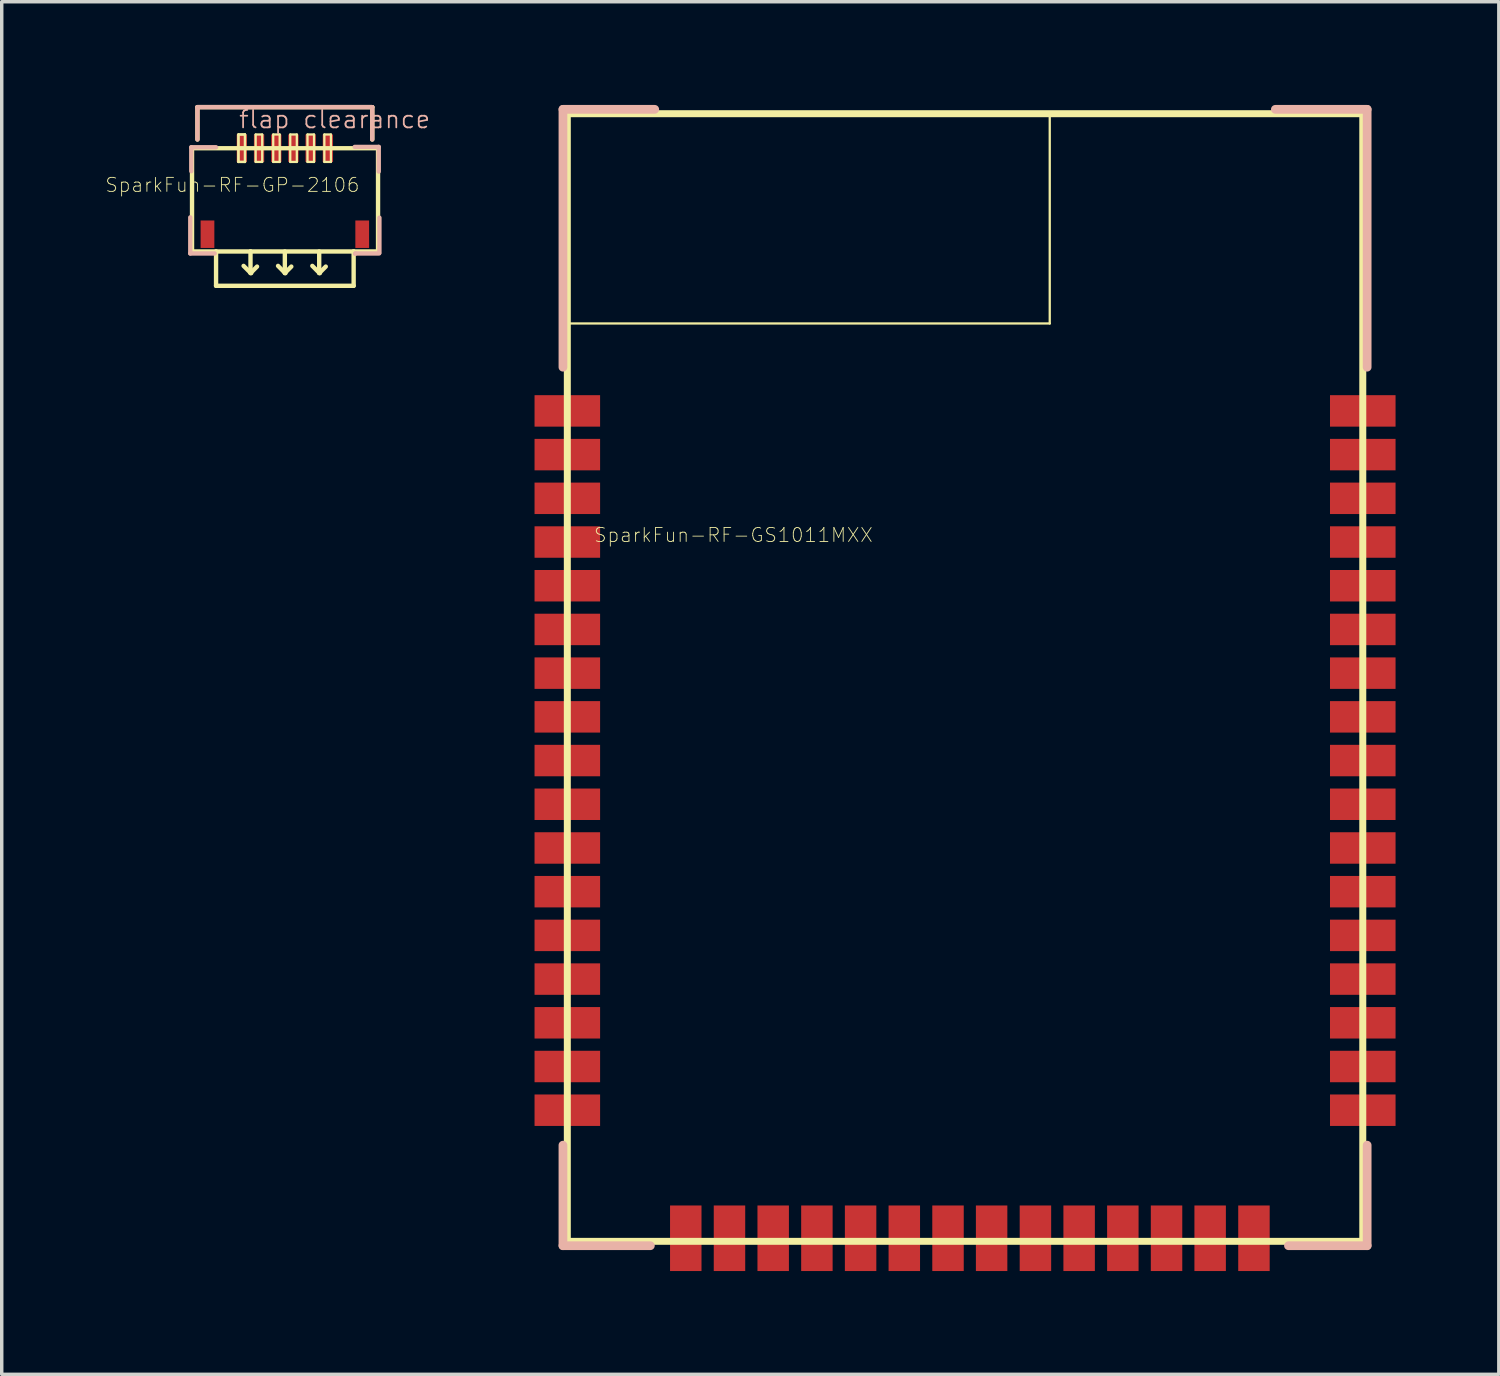
<source format=kicad_pcb>
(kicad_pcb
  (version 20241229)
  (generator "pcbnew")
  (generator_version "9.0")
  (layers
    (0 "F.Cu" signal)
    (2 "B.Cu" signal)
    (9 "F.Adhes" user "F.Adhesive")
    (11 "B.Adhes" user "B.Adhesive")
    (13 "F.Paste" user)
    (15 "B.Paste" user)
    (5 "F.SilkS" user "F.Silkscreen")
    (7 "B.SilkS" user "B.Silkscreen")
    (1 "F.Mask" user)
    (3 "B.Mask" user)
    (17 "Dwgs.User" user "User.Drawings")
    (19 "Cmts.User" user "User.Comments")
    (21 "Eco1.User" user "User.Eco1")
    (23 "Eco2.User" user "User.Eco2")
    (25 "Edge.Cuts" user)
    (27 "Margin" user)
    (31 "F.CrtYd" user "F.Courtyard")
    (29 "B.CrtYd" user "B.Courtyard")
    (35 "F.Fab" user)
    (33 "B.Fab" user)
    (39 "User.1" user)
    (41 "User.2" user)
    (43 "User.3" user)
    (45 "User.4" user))
  (footprint "SparkFun-RF-GS1011MXX"
    (layer "F.Cu")
    (at 24.865 16.51)
    (property "Reference" "SparkFun-RF-GS1011MXX" (at -6.604 -4.013 0) (layer "F.SilkS") (effects (font (size 0.406 0.406) (thickness 0.025))))
    (attr smd)
    (fp_line (start -11.43 -16.256) (end 11.684 -16.256) (stroke (width 0.203) (type solid)) (layer "F.SilkS"))
    (fp_line (start -11.43 -16.231) (end 2.588 -16.231) (stroke (width 0.066) (type solid)) (layer "F.SilkS"))
    (fp_line (start -11.43 -10.16) (end -11.43 -16.231) (stroke (width 0.066) (type solid)) (layer "F.SilkS"))
    (fp_line (start -11.43 -10.16) (end 2.588 -10.16) (stroke (width 0.066) (type solid)) (layer "F.SilkS"))
    (fp_line (start -11.43 16.51) (end -11.43 -16.256) (stroke (width 0.203) (type solid)) (layer "F.SilkS"))
    (fp_line (start 2.588 -10.16) (end 2.588 -16.231) (stroke (width 0.066) (type solid)) (layer "F.SilkS"))
    (fp_line (start 11.684 -16.256) (end 11.684 16.51) (stroke (width 0.203) (type solid)) (layer "F.SilkS"))
    (fp_line (start 11.684 16.51) (end -11.43 16.51) (stroke (width 0.203) (type solid)) (layer "F.SilkS"))
    (fp_line (start -11.557 -16.383) (end -11.557 -8.89) (stroke (width 0.254) (type solid)) (layer "B.SilkS"))
    (fp_line (start -11.557 13.716) (end -11.557 16.637) (stroke (width 0.254) (type solid)) (layer "B.SilkS"))
    (fp_line (start -11.557 16.637) (end -9.017 16.637) (stroke (width 0.254) (type solid)) (layer "B.SilkS"))
    (fp_line (start -8.89 -16.383) (end -11.557 -16.383) (stroke (width 0.254) (type solid)) (layer "B.SilkS"))
    (fp_line (start 11.811 -16.383) (end 9.144 -16.383) (stroke (width 0.254) (type solid)) (layer "B.SilkS"))
    (fp_line (start 11.811 -8.89) (end 11.811 -16.383) (stroke (width 0.254) (type solid)) (layer "B.SilkS"))
    (fp_line (start 11.811 13.716) (end 11.811 16.637) (stroke (width 0.254) (type solid)) (layer "B.SilkS"))
    (fp_line (start 11.811 16.637) (end 9.525 16.637) (stroke (width 0.254) (type solid)) (layer "B.SilkS"))
    (pad "1" smd rect (at -11.43 -7.62 270) (size 0.914 1.905) (layers "F.Cu" "F.Mask" "F.Paste"))
    (pad "2" smd rect (at -11.43 -6.35 270) (size 0.914 1.905) (layers "F.Cu" "F.Mask" "F.Paste"))
    (pad "3" smd rect (at -11.43 -5.08 270) (size 0.914 1.905) (layers "F.Cu" "F.Mask" "F.Paste"))
    (pad "4" smd rect (at -11.43 -3.81 270) (size 0.914 1.905) (layers "F.Cu" "F.Mask" "F.Paste"))
    (pad "5" smd rect (at -11.43 -2.54 270) (size 0.914 1.905) (layers "F.Cu" "F.Mask" "F.Paste"))
    (pad "6" smd rect (at -11.43 -1.27 270) (size 0.914 1.905) (layers "F.Cu" "F.Mask" "F.Paste"))
    (pad "7" smd rect (at -11.43 0 270) (size 0.914 1.905) (layers "F.Cu" "F.Mask" "F.Paste"))
    (pad "8" smd rect (at -11.43 1.27 270) (size 0.914 1.905) (layers "F.Cu" "F.Mask" "F.Paste"))
    (pad "9" smd rect (at -11.43 2.54 270) (size 0.914 1.905) (layers "F.Cu" "F.Mask" "F.Paste"))
    (pad "10" smd rect (at -11.43 3.81 270) (size 0.914 1.905) (layers "F.Cu" "F.Mask" "F.Paste"))
    (pad "11" smd rect (at -11.43 5.08 270) (size 0.914 1.905) (layers "F.Cu" "F.Mask" "F.Paste"))
    (pad "12" smd rect (at -11.43 6.35 270) (size 0.914 1.905) (layers "F.Cu" "F.Mask" "F.Paste"))
    (pad "13" smd rect (at -11.43 7.62 270) (size 0.914 1.905) (layers "F.Cu" "F.Mask" "F.Paste"))
    (pad "14" smd rect (at -11.43 8.89 270) (size 0.914 1.905) (layers "F.Cu" "F.Mask" "F.Paste"))
    (pad "15" smd rect (at -11.43 10.16 270) (size 0.914 1.905) (layers "F.Cu" "F.Mask" "F.Paste"))
    (pad "16" smd rect (at -11.43 11.43 270) (size 0.914 1.905) (layers "F.Cu" "F.Mask" "F.Paste"))
    (pad "17" smd rect (at -11.43 12.7 270) (size 0.914 1.905) (layers "F.Cu" "F.Mask" "F.Paste"))
    (pad "18" smd rect (at -7.988 16.421 180) (size 0.914 1.905) (layers "F.Cu" "F.Mask" "F.Paste"))
    (pad "19" smd rect (at -6.718 16.421 180) (size 0.914 1.905) (layers "F.Cu" "F.Mask" "F.Paste"))
    (pad "20" smd rect (at -5.448 16.421 180) (size 0.914 1.905) (layers "F.Cu" "F.Mask" "F.Paste"))
    (pad "21" smd rect (at -4.178 16.421 180) (size 0.914 1.905) (layers "F.Cu" "F.Mask" "F.Paste"))
    (pad "22" smd rect (at -2.908 16.421 180) (size 0.914 1.905) (layers "F.Cu" "F.Mask" "F.Paste"))
    (pad "23" smd rect (at -1.638 16.421 180) (size 0.914 1.905) (layers "F.Cu" "F.Mask" "F.Paste"))
    (pad "24" smd rect (at -0.368 16.421 180) (size 0.914 1.905) (layers "F.Cu" "F.Mask" "F.Paste"))
    (pad "25" smd rect (at 0.899 16.421 180) (size 0.914 1.905) (layers "F.Cu" "F.Mask" "F.Paste"))
    (pad "26" smd rect (at 2.172 16.421 180) (size 0.914 1.905) (layers "F.Cu" "F.Mask" "F.Paste"))
    (pad "27" smd rect (at 3.442 16.421 180) (size 0.914 1.905) (layers "F.Cu" "F.Mask" "F.Paste"))
    (pad "28" smd rect (at 4.712 16.421 180) (size 0.914 1.905) (layers "F.Cu" "F.Mask" "F.Paste"))
    (pad "29" smd rect (at 5.982 16.421 180) (size 0.914 1.905) (layers "F.Cu" "F.Mask" "F.Paste"))
    (pad "30" smd rect (at 7.249 16.421 180) (size 0.914 1.905) (layers "F.Cu" "F.Mask" "F.Paste"))
    (pad "31" smd rect (at 8.522 16.421 180) (size 0.914 1.905) (layers "F.Cu" "F.Mask" "F.Paste"))
    (pad "32" smd rect (at 11.684 12.7 270) (size 0.914 1.905) (layers "F.Cu" "F.Mask" "F.Paste"))
    (pad "33" smd rect (at 11.684 11.43 270) (size 0.914 1.905) (layers "F.Cu" "F.Mask" "F.Paste"))
    (pad "34" smd rect (at 11.684 10.16 270) (size 0.914 1.905) (layers "F.Cu" "F.Mask" "F.Paste"))
    (pad "35" smd rect (at 11.684 8.89 270) (size 0.914 1.905) (layers "F.Cu" "F.Mask" "F.Paste"))
    (pad "36" smd rect (at 11.684 7.62 270) (size 0.914 1.905) (layers "F.Cu" "F.Mask" "F.Paste"))
    (pad "37" smd rect (at 11.684 6.35 270) (size 0.914 1.905) (layers "F.Cu" "F.Mask" "F.Paste"))
    (pad "38" smd rect (at 11.684 5.08 270) (size 0.914 1.905) (layers "F.Cu" "F.Mask" "F.Paste"))
    (pad "39" smd rect (at 11.684 3.81 270) (size 0.914 1.905) (layers "F.Cu" "F.Mask" "F.Paste"))
    (pad "40" smd rect (at 11.684 2.54 270) (size 0.914 1.905) (layers "F.Cu" "F.Mask" "F.Paste"))
    (pad "41" smd rect (at 11.684 1.27 270) (size 0.914 1.905) (layers "F.Cu" "F.Mask" "F.Paste"))
    (pad "42" smd rect (at 11.684 0 270) (size 0.914 1.905) (layers "F.Cu" "F.Mask" "F.Paste"))
    (pad "43" smd rect (at 11.684 -1.27 270) (size 0.914 1.905) (layers "F.Cu" "F.Mask" "F.Paste"))
    (pad "44" smd rect (at 11.684 -2.54 270) (size 0.914 1.905) (layers "F.Cu" "F.Mask" "F.Paste"))
    (pad "45" smd rect (at 11.684 -3.81 270) (size 0.914 1.905) (layers "F.Cu" "F.Mask" "F.Paste"))
    (pad "46" smd rect (at 11.684 -5.08 270) (size 0.914 1.905) (layers "F.Cu" "F.Mask" "F.Paste"))
    (pad "47" smd rect (at 11.684 -6.35 270) (size 0.914 1.905) (layers "F.Cu" "F.Mask" "F.Paste"))
    (pad "48" smd rect (at 11.684 -7.62 270) (size 0.914 1.905) (layers "F.Cu" "F.Mask" "F.Paste")))
  (footprint "SparkFun-RF-GP-2106"
    (layer "F.Cu")
    (at 5.227 1.257)
    (property "Reference" "SparkFun-RF-GP-2106" (at -1.524 1.067 0) (layer "F.SilkS") (effects (font (size 0.406 0.406) (thickness 0.025))))
    (attr smd)
    (fp_line (start -2.697 0) (end 2.708 0) (stroke (width 0.127) (type solid)) (layer "F.SilkS"))
    (fp_line (start -2.697 3) (end -2.697 0) (stroke (width 0.127) (type solid)) (layer "F.SilkS"))
    (fp_line (start -2.54 -1.194) (end 2.54 -1.194) (stroke (width 0.127) (type solid)) (layer "F.SilkS"))
    (fp_line (start -2.54 -0.254) (end -2.54 -1.194) (stroke (width 0.127) (type solid)) (layer "F.SilkS"))
    (fp_line (start -1.999 3) (end -2.69 3) (stroke (width 0.127) (type solid)) (layer "F.SilkS"))
    (fp_line (start -1.999 3) (end -1.999 3.998) (stroke (width 0.127) (type solid)) (layer "F.SilkS"))
    (fp_line (start -1.999 3.998) (end 1.999 3.998) (stroke (width 0.127) (type solid)) (layer "F.SilkS"))
    (fp_line (start -1.349 -0.399) (end -1.158 -0.399) (stroke (width 0.066) (type solid)) (layer "F.SilkS"))
    (fp_line (start -1.349 -0.399) (end -1.158 -0.399) (stroke (width 0.066) (type solid)) (layer "F.SilkS"))
    (fp_line (start -1.349 0.399) (end -1.349 -0.399) (stroke (width 0.066) (type solid)) (layer "F.SilkS"))
    (fp_line (start -1.349 0.399) (end -1.349 -0.399) (stroke (width 0.066) (type solid)) (layer "F.SilkS"))
    (fp_line (start -1.349 0.399) (end -1.158 0.399) (stroke (width 0.066) (type solid)) (layer "F.SilkS"))
    (fp_line (start -1.349 0.399) (end -1.158 0.399) (stroke (width 0.066) (type solid)) (layer "F.SilkS"))
    (fp_line (start -1.158 0.399) (end -1.158 -0.399) (stroke (width 0.066) (type solid)) (layer "F.SilkS"))
    (fp_line (start -1.158 0.399) (end -1.158 -0.399) (stroke (width 0.066) (type solid)) (layer "F.SilkS"))
    (fp_line (start -0.998 3) (end -1.999 3) (stroke (width 0.127) (type solid)) (layer "F.SilkS"))
    (fp_line (start -0.998 3) (end -0.998 3.619) (stroke (width 0.127) (type solid)) (layer "F.SilkS"))
    (fp_line (start -0.998 3.619) (end -1.199 3.419) (stroke (width 0.127) (type solid)) (layer "F.SilkS"))
    (fp_line (start -0.998 3.63) (end -0.998 3.619) (stroke (width 0.127) (type solid)) (layer "F.SilkS"))
    (fp_line (start -0.978 3.609) (end -0.808 3.439) (stroke (width 0.127) (type solid)) (layer "F.SilkS"))
    (fp_line (start -0.978 3.63) (end -0.978 3.609) (stroke (width 0.127) (type solid)) (layer "F.SilkS"))
    (fp_line (start -0.848 -0.399) (end -0.658 -0.399) (stroke (width 0.066) (type solid)) (layer "F.SilkS"))
    (fp_line (start -0.848 0.399) (end -0.848 -0.399) (stroke (width 0.066) (type solid)) (layer "F.SilkS"))
    (fp_line (start -0.848 0.399) (end -0.658 0.399) (stroke (width 0.066) (type solid)) (layer "F.SilkS"))
    (fp_line (start -0.658 0.399) (end -0.658 -0.399) (stroke (width 0.066) (type solid)) (layer "F.SilkS"))
    (fp_line (start -0.338 -0.399) (end -0.15 -0.399) (stroke (width 0.066) (type solid)) (layer "F.SilkS"))
    (fp_line (start -0.338 0.399) (end -0.338 -0.399) (stroke (width 0.066) (type solid)) (layer "F.SilkS"))
    (fp_line (start -0.338 0.399) (end -0.15 0.399) (stroke (width 0.066) (type solid)) (layer "F.SilkS"))
    (fp_line (start -0.15 0.399) (end -0.15 -0.399) (stroke (width 0.066) (type solid)) (layer "F.SilkS"))
    (fp_line (start 0 3) (end 0 3.619) (stroke (width 0.127) (type solid)) (layer "F.SilkS"))
    (fp_line (start 0 3.619) (end -0.198 3.419) (stroke (width 0.127) (type solid)) (layer "F.SilkS"))
    (fp_line (start 0 3.63) (end 0 3.619) (stroke (width 0.127) (type solid)) (layer "F.SilkS"))
    (fp_line (start 0.018 3.609) (end 0.188 3.439) (stroke (width 0.127) (type solid)) (layer "F.SilkS"))
    (fp_line (start 0.018 3.63) (end 0.018 3.609) (stroke (width 0.127) (type solid)) (layer "F.SilkS"))
    (fp_line (start 0.157 -0.399) (end 0.348 -0.399) (stroke (width 0.066) (type solid)) (layer "F.SilkS"))
    (fp_line (start 0.157 0.399) (end 0.157 -0.399) (stroke (width 0.066) (type solid)) (layer "F.SilkS"))
    (fp_line (start 0.157 0.399) (end 0.348 0.399) (stroke (width 0.066) (type solid)) (layer "F.SilkS"))
    (fp_line (start 0.348 0.399) (end 0.348 -0.399) (stroke (width 0.066) (type solid)) (layer "F.SilkS"))
    (fp_line (start 0.658 -0.399) (end 0.848 -0.399) (stroke (width 0.066) (type solid)) (layer "F.SilkS"))
    (fp_line (start 0.658 0.399) (end 0.658 -0.399) (stroke (width 0.066) (type solid)) (layer "F.SilkS"))
    (fp_line (start 0.658 0.399) (end 0.848 0.399) (stroke (width 0.066) (type solid)) (layer "F.SilkS"))
    (fp_line (start 0.848 0.399) (end 0.848 -0.399) (stroke (width 0.066) (type solid)) (layer "F.SilkS"))
    (fp_line (start 0.998 3) (end 0.998 3.619) (stroke (width 0.127) (type solid)) (layer "F.SilkS"))
    (fp_line (start 0.998 3.619) (end 0.798 3.419) (stroke (width 0.127) (type solid)) (layer "F.SilkS"))
    (fp_line (start 0.998 3.63) (end 0.998 3.619) (stroke (width 0.127) (type solid)) (layer "F.SilkS"))
    (fp_line (start 1.019 3.609) (end 1.189 3.439) (stroke (width 0.127) (type solid)) (layer "F.SilkS"))
    (fp_line (start 1.019 3.63) (end 1.019 3.609) (stroke (width 0.127) (type solid)) (layer "F.SilkS"))
    (fp_line (start 1.148 -0.399) (end 1.339 -0.399) (stroke (width 0.066) (type solid)) (layer "F.SilkS"))
    (fp_line (start 1.148 0.399) (end 1.148 -0.399) (stroke (width 0.066) (type solid)) (layer "F.SilkS"))
    (fp_line (start 1.148 0.399) (end 1.339 0.399) (stroke (width 0.066) (type solid)) (layer "F.SilkS"))
    (fp_line (start 1.339 0.399) (end 1.339 -0.399) (stroke (width 0.066) (type solid)) (layer "F.SilkS"))
    (fp_line (start 1.999 3) (end -0.998 3) (stroke (width 0.127) (type solid)) (layer "F.SilkS"))
    (fp_line (start 1.999 3.998) (end 1.999 3) (stroke (width 0.127) (type solid)) (layer "F.SilkS"))
    (fp_line (start 2.54 -1.194) (end 2.54 -0.254) (stroke (width 0.127) (type solid)) (layer "F.SilkS"))
    (fp_line (start 2.708 0) (end 2.708 3) (stroke (width 0.127) (type solid)) (layer "F.SilkS"))
    (fp_line (start 2.708 3) (end 1.999 3) (stroke (width 0.127) (type solid)) (layer "F.SilkS"))
    (fp_line (start -2.748 2.009) (end -2.748 3.058) (stroke (width 0.127) (type solid)) (layer "B.SilkS"))
    (fp_line (start -2.748 3.058) (end -2.04 3.058) (stroke (width 0.127) (type solid)) (layer "B.SilkS"))
    (fp_line (start -2.718 -0.028) (end -2.718 0.668) (stroke (width 0.127) (type solid)) (layer "B.SilkS"))
    (fp_line (start -2.54 -1.194) (end 2.54 -1.194) (stroke (width 0.127) (type solid)) (layer "B.SilkS"))
    (fp_line (start -2.54 -0.254) (end -2.54 -1.194) (stroke (width 0.127) (type solid)) (layer "B.SilkS"))
    (fp_line (start -1.999 -0.028) (end -2.718 -0.028) (stroke (width 0.127) (type solid)) (layer "B.SilkS"))
    (fp_line (start 2.05 3.058) (end 2.04 3.068) (stroke (width 0.127) (type solid)) (layer "B.SilkS"))
    (fp_line (start 2.54 -1.194) (end 2.54 -0.254) (stroke (width 0.127) (type solid)) (layer "B.SilkS"))
    (fp_line (start 2.728 -0.038) (end 2.029 -0.038) (stroke (width 0.127) (type solid)) (layer "B.SilkS"))
    (fp_line (start 2.728 0.678) (end 2.728 -0.038) (stroke (width 0.127) (type solid)) (layer "B.SilkS"))
    (fp_line (start 2.738 3.058) (end 2.05 3.058) (stroke (width 0.127) (type solid)) (layer "B.SilkS"))
    (fp_line (start 2.748 2.019) (end 2.748 3.038) (stroke (width 0.127) (type solid)) (layer "B.SilkS"))
    (fp_text user "flap clearance" (at 1.448 -0.838 0) (layer "B.SilkS") (effects (font (size 0.508 0.508) (thickness 0.051))))
    (pad "1PPS" smd rect (at -0.249 0 90) (size 0.798 0.3) (layers "F.Cu" "F.Mask" "F.Paste"))
    (pad "GND" smd rect (at -0.749 0 90) (size 0.798 0.3) (layers "F.Cu" "F.Mask" "F.Paste"))
    (pad "ONOF" smd rect (at 0.249 0 90) (size 0.798 0.3) (layers "F.Cu" "F.Mask" "F.Paste"))
    (pad "P$7" smd rect (at -2.248 2.499 90) (size 0.798 0.399) (layers "F.Cu" "F.Mask" "F.Paste"))
    (pad "P$8" smd rect (at 2.248 2.499 90) (size 0.798 0.399) (layers "F.Cu" "F.Mask" "F.Paste"))
    (pad "RX" smd rect (at 0.749 0 90) (size 0.798 0.3) (layers "F.Cu" "F.Mask" "F.Paste"))
    (pad "TX" smd rect (at 1.25 0 90) (size 0.798 0.3) (layers "F.Cu" "F.Mask" "F.Paste"))
    (pad "VCC" smd rect (at -1.25 0 90) (size 0.798 0.3) (layers "F.Cu" "F.Mask" "F.Paste")))
  (gr_rect
    (start -3 -3)
    (end 40.502 36.884)
    (stroke (width 0.1) (type default))
    (fill no)
    (layer "Edge.Cuts")))
</source>
